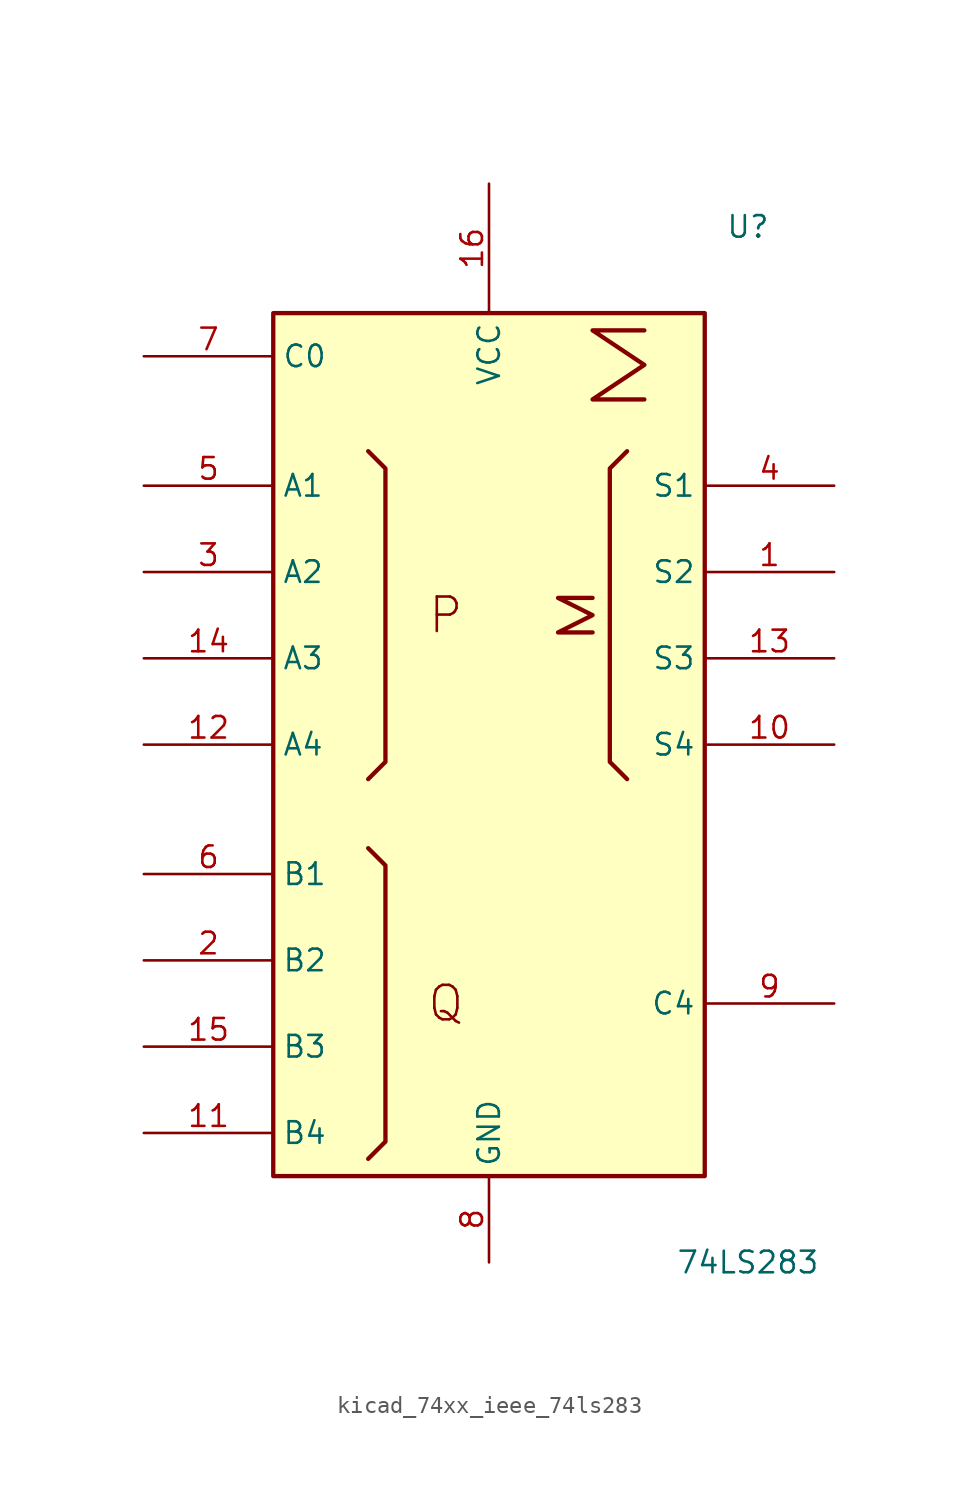
<source format=kicad_sym>
(kicad_symbol_lib
  (version 20220914)
  (generator kicad_symbol_editor)
  (symbol "kicad_74xx_ieee_74ls283"
    (property "Reference" "U"
      (at 15.24 30.48 0)
      (effects (font (size 1.27 1.27))))
    (property "Value" "74LS283"
      (at 15.24 -30.48 0)
      (effects (font (size 1.27 1.27))))
    (symbol "kicad_74xx_ieee_74ls283_0_0"
      (rectangle (start -12.7 25.4) (end 12.7 -25.4) (stroke (width 0.254) (type default)) (fill (type background)))
      (polyline (pts (xy -7.112 -6.096) (xy -6.096 -7.112) (xy -6.096 -23.368) (xy -7.112 -24.384) (xy -7.112 -24.384)) (stroke (width 0.254) (type default)) (fill (type background)))
      (polyline (pts (xy -7.112 17.272) (xy -6.096 16.256) (xy -6.096 -1.016) (xy -7.112 -2.032) (xy -7.112 -2.032)) (stroke (width 0.254) (type default)) (fill (type background)))
      (polyline (pts (xy 8.128 17.272) (xy 7.112 16.256) (xy 7.112 -1.016) (xy 8.128 -2.032) (xy 8.128 -2.032)) (stroke (width 0.254) (type default)) (fill (type background)))
      (polyline (pts (xy 6.096 8.636) (xy 4.064 8.636) (xy 6.096 7.62) (xy 4.064 6.604) (xy 6.096 6.604) (xy 6.096 6.604)) (stroke (width 0.254) (type default)) (fill (type background)))
      (polyline (pts (xy 9.144 24.384) (xy 6.096 24.384) (xy 9.144 22.352) (xy 6.096 20.32) (xy 9.144 20.32) (xy 9.144 20.32)) (stroke (width 0.254) (type default)) (fill (type background)))
      (text "P" (at -2.54 7.62 0) (effects (font (size 2.032 2.032))))
      (text "Q" (at -2.54 -15.24 0) (effects (font (size 2.032 2.032))))
      (pin power_in line (at 0 33.02 270) (length 7.62) (name "VCC" (effects (font (size 1.27 1.27)))) (number "16" (effects (font (size 1.27 1.27)))))
      (pin power_in line (at 0 -30.48 90) (length 5.08) (name "GND" (effects (font (size 1.27 1.27)))) (number "8" (effects (font (size 1.27 1.27))))))
    (symbol "kicad_74xx_ieee_74ls283_1_1"
      (pin output line (at 20.32 10.16 180) (length 7.62) (name "S2" (effects (font (size 1.27 1.27)))) (number "1" (effects (font (size 1.27 1.27)))))
      (pin output line (at 20.32 0 180) (length 7.62) (name "S4" (effects (font (size 1.27 1.27)))) (number "10" (effects (font (size 1.27 1.27)))))
      (pin input line (at -20.32 -22.86 0) (length 7.62) (name "B4" (effects (font (size 1.27 1.27)))) (number "11" (effects (font (size 1.27 1.27)))))
      (pin input line (at -20.32 0 0) (length 7.62) (name "A4" (effects (font (size 1.27 1.27)))) (number "12" (effects (font (size 1.27 1.27)))))
      (pin output line (at 20.32 5.08 180) (length 7.62) (name "S3" (effects (font (size 1.27 1.27)))) (number "13" (effects (font (size 1.27 1.27)))))
      (pin input line (at -20.32 5.08 0) (length 7.62) (name "A3" (effects (font (size 1.27 1.27)))) (number "14" (effects (font (size 1.27 1.27)))))
      (pin input line (at -20.32 -17.78 0) (length 7.62) (name "B3" (effects (font (size 1.27 1.27)))) (number "15" (effects (font (size 1.27 1.27)))))
      (pin input line (at -20.32 -12.7 0) (length 7.62) (name "B2" (effects (font (size 1.27 1.27)))) (number "2" (effects (font (size 1.27 1.27)))))
      (pin input line (at -20.32 10.16 0) (length 7.62) (name "A2" (effects (font (size 1.27 1.27)))) (number "3" (effects (font (size 1.27 1.27)))))
      (pin output line (at 20.32 15.24 180) (length 7.62) (name "S1" (effects (font (size 1.27 1.27)))) (number "4" (effects (font (size 1.27 1.27)))))
      (pin input line (at -20.32 15.24 0) (length 7.62) (name "A1" (effects (font (size 1.27 1.27)))) (number "5" (effects (font (size 1.27 1.27)))))
      (pin input line (at -20.32 -7.62 0) (length 7.62) (name "B1" (effects (font (size 1.27 1.27)))) (number "6" (effects (font (size 1.27 1.27)))))
      (pin input line (at -20.32 22.86 0) (length 7.62) (name "C0" (effects (font (size 1.27 1.27)))) (number "7" (effects (font (size 1.27 1.27)))))
      (pin output line (at 20.32 -15.24 180) (length 7.62) (name "C4" (effects (font (size 1.27 1.27)))) (number "9" (effects (font (size 1.27 1.27))))))))
</source>
